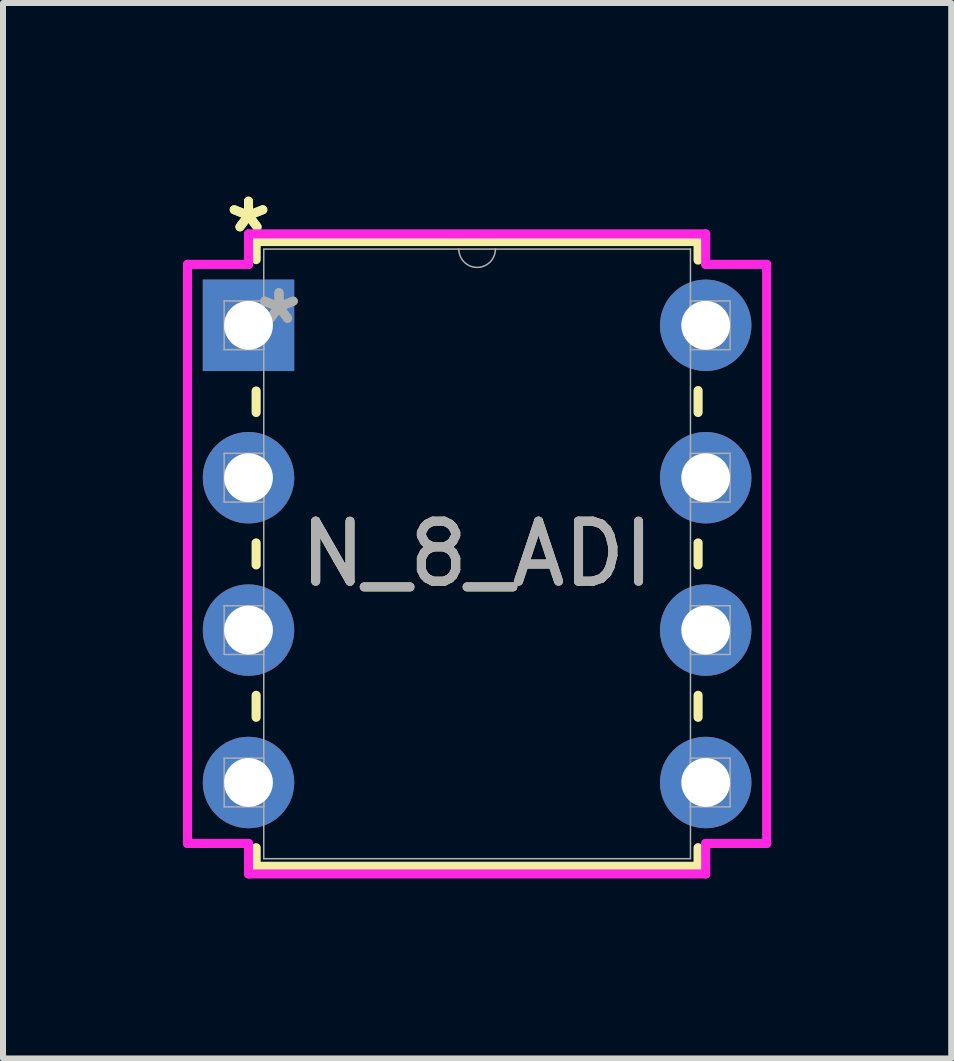
<source format=kicad_pcb>
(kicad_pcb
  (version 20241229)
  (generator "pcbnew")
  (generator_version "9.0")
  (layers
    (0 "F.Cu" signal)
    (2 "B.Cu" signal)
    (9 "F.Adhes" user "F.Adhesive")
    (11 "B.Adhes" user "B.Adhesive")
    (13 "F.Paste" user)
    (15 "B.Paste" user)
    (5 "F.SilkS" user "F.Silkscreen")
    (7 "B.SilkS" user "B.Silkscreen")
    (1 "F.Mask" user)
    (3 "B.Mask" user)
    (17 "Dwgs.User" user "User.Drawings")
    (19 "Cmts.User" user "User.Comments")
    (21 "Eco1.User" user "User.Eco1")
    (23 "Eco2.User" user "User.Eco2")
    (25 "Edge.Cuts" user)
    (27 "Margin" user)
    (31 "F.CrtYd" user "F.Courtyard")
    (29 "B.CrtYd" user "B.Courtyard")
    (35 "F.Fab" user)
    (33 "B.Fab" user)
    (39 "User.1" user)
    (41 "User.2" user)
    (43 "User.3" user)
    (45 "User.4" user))
  (footprint "N_8_ADI"
    (layer "F.Cu")
    (at 1.092 2.372)
    (property "Reference" "N_8_ADI" (at 3.81 3.81 0) (unlocked yes) (layer "F.SilkS") (effects (font (size 1 1) (thickness 0.15))))
    (attr through_hole)
    (fp_line (start 0.127 -1.397) (end 0.127 -1.095) (stroke (width 0.152) (type solid)) (layer "F.SilkS"))
    (fp_line (start 0.127 1.095) (end 0.127 1.453) (stroke (width 0.152) (type solid)) (layer "F.SilkS"))
    (fp_line (start 0.127 3.627) (end 0.127 3.993) (stroke (width 0.152) (type solid)) (layer "F.SilkS"))
    (fp_line (start 0.127 6.167) (end 0.127 6.533) (stroke (width 0.152) (type solid)) (layer "F.SilkS"))
    (fp_line (start 0.127 8.707) (end 0.127 9.017) (stroke (width 0.152) (type solid)) (layer "F.SilkS"))
    (fp_line (start 0.127 9.017) (end 7.493 9.017) (stroke (width 0.152) (type solid)) (layer "F.SilkS"))
    (fp_line (start 7.493 -1.397) (end 0.127 -1.397) (stroke (width 0.152) (type solid)) (layer "F.SilkS"))
    (fp_line (start 7.493 -1.087) (end 7.493 -1.397) (stroke (width 0.152) (type solid)) (layer "F.SilkS"))
    (fp_line (start 7.493 1.453) (end 7.493 1.087) (stroke (width 0.152) (type solid)) (layer "F.SilkS"))
    (fp_line (start 7.493 3.993) (end 7.493 3.627) (stroke (width 0.152) (type solid)) (layer "F.SilkS"))
    (fp_line (start 7.493 6.533) (end 7.493 6.167) (stroke (width 0.152) (type solid)) (layer "F.SilkS"))
    (fp_line (start 7.493 9.017) (end 7.493 8.707) (stroke (width 0.152) (type solid)) (layer "F.SilkS"))
    (fp_line (start -1.016 -1.016) (end 0 -1.016) (stroke (width 0.152) (type solid)) (layer "F.CrtYd"))
    (fp_line (start -1.016 8.636) (end -1.016 -1.016) (stroke (width 0.152) (type solid)) (layer "F.CrtYd"))
    (fp_line (start 0 -1.524) (end 7.62 -1.524) (stroke (width 0.152) (type solid)) (layer "F.CrtYd"))
    (fp_line (start 0 -1.016) (end 0 -1.524) (stroke (width 0.152) (type solid)) (layer "F.CrtYd"))
    (fp_line (start 0 8.636) (end -1.016 8.636) (stroke (width 0.152) (type solid)) (layer "F.CrtYd"))
    (fp_line (start 0 9.144) (end 0 8.636) (stroke (width 0.152) (type solid)) (layer "F.CrtYd"))
    (fp_line (start 7.62 -1.524) (end 7.62 -1.016) (stroke (width 0.152) (type solid)) (layer "F.CrtYd"))
    (fp_line (start 7.62 8.636) (end 7.62 9.144) (stroke (width 0.152) (type solid)) (layer "F.CrtYd"))
    (fp_line (start 7.62 9.144) (end 0 9.144) (stroke (width 0.152) (type solid)) (layer "F.CrtYd"))
    (fp_line (start 8.636 -1.016) (end 7.62 -1.016) (stroke (width 0.152) (type solid)) (layer "F.CrtYd"))
    (fp_line (start 8.636 -1.016) (end 8.636 8.636) (stroke (width 0.152) (type solid)) (layer "F.CrtYd"))
    (fp_line (start 8.636 8.636) (end 7.62 8.636) (stroke (width 0.152) (type solid)) (layer "F.CrtYd"))
    (fp_line (start -0.406 -0.406) (end -0.406 0.406) (stroke (width 0.025) (type solid)) (layer "F.Fab"))
    (fp_line (start -0.406 0.406) (end 0.254 0.406) (stroke (width 0.025) (type solid)) (layer "F.Fab"))
    (fp_line (start -0.406 2.134) (end -0.406 2.946) (stroke (width 0.025) (type solid)) (layer "F.Fab"))
    (fp_line (start -0.406 2.946) (end 0.254 2.946) (stroke (width 0.025) (type solid)) (layer "F.Fab"))
    (fp_line (start -0.406 4.674) (end -0.406 5.486) (stroke (width 0.025) (type solid)) (layer "F.Fab"))
    (fp_line (start -0.406 5.486) (end 0.254 5.486) (stroke (width 0.025) (type solid)) (layer "F.Fab"))
    (fp_line (start -0.406 7.214) (end -0.406 8.026) (stroke (width 0.025) (type solid)) (layer "F.Fab"))
    (fp_line (start -0.406 8.026) (end 0.254 8.026) (stroke (width 0.025) (type solid)) (layer "F.Fab"))
    (fp_line (start 0.254 -1.27) (end 0.254 8.89) (stroke (width 0.025) (type solid)) (layer "F.Fab"))
    (fp_line (start 0.254 -0.406) (end -0.406 -0.406) (stroke (width 0.025) (type solid)) (layer "F.Fab"))
    (fp_line (start 0.254 0.406) (end 0.254 -0.406) (stroke (width 0.025) (type solid)) (layer "F.Fab"))
    (fp_line (start 0.254 2.134) (end -0.406 2.134) (stroke (width 0.025) (type solid)) (layer "F.Fab"))
    (fp_line (start 0.254 2.946) (end 0.254 2.134) (stroke (width 0.025) (type solid)) (layer "F.Fab"))
    (fp_line (start 0.254 4.674) (end -0.406 4.674) (stroke (width 0.025) (type solid)) (layer "F.Fab"))
    (fp_line (start 0.254 5.486) (end 0.254 4.674) (stroke (width 0.025) (type solid)) (layer "F.Fab"))
    (fp_line (start 0.254 7.214) (end -0.406 7.214) (stroke (width 0.025) (type solid)) (layer "F.Fab"))
    (fp_line (start 0.254 8.026) (end 0.254 7.214) (stroke (width 0.025) (type solid)) (layer "F.Fab"))
    (fp_line (start 0.254 8.89) (end 7.366 8.89) (stroke (width 0.025) (type solid)) (layer "F.Fab"))
    (fp_line (start 7.366 -1.27) (end 0.254 -1.27) (stroke (width 0.025) (type solid)) (layer "F.Fab"))
    (fp_line (start 7.366 -0.406) (end 7.366 0.406) (stroke (width 0.025) (type solid)) (layer "F.Fab"))
    (fp_line (start 7.366 0.406) (end 8.026 0.406) (stroke (width 0.025) (type solid)) (layer "F.Fab"))
    (fp_line (start 7.366 2.134) (end 7.366 2.946) (stroke (width 0.025) (type solid)) (layer "F.Fab"))
    (fp_line (start 7.366 2.946) (end 8.026 2.946) (stroke (width 0.025) (type solid)) (layer "F.Fab"))
    (fp_line (start 7.366 4.674) (end 7.366 5.486) (stroke (width 0.025) (type solid)) (layer "F.Fab"))
    (fp_line (start 7.366 5.486) (end 8.026 5.486) (stroke (width 0.025) (type solid)) (layer "F.Fab"))
    (fp_line (start 7.366 7.214) (end 7.366 8.026) (stroke (width 0.025) (type solid)) (layer "F.Fab"))
    (fp_line (start 7.366 8.026) (end 8.026 8.026) (stroke (width 0.025) (type solid)) (layer "F.Fab"))
    (fp_line (start 7.366 8.89) (end 7.366 -1.27) (stroke (width 0.025) (type solid)) (layer "F.Fab"))
    (fp_line (start 8.026 -0.406) (end 7.366 -0.406) (stroke (width 0.025) (type solid)) (layer "F.Fab"))
    (fp_line (start 8.026 0.406) (end 8.026 -0.406) (stroke (width 0.025) (type solid)) (layer "F.Fab"))
    (fp_line (start 8.026 2.134) (end 7.366 2.134) (stroke (width 0.025) (type solid)) (layer "F.Fab"))
    (fp_line (start 8.026 2.946) (end 8.026 2.134) (stroke (width 0.025) (type solid)) (layer "F.Fab"))
    (fp_line (start 8.026 4.674) (end 7.366 4.674) (stroke (width 0.025) (type solid)) (layer "F.Fab"))
    (fp_line (start 8.026 5.486) (end 8.026 4.674) (stroke (width 0.025) (type solid)) (layer "F.Fab"))
    (fp_line (start 8.026 7.214) (end 7.366 7.214) (stroke (width 0.025) (type solid)) (layer "F.Fab"))
    (fp_line (start 8.026 8.026) (end 8.026 7.214) (stroke (width 0.025) (type solid)) (layer "F.Fab"))
    (fp_arc (start 4.1148 -1.27) (mid 3.81 -0.9652) (end 3.5052 -1.27) (stroke (width 0.0254) (type solid)) (layer "F.Fab"))
    (fp_text user "*" (at 0 -1.524 0) (layer "F.SilkS") (effects (font (size 1 1) (thickness 0.15))))
    (fp_text user "*" (at 0 -1.524 0) (unlocked yes) (layer "F.SilkS") (effects (font (size 1 1) (thickness 0.15))))
    (fp_text user "*" (at 0.508 0 0) (unlocked yes) (layer "F.Fab") (effects (font (size 1 1) (thickness 0.15))))
    (fp_text user "${REFERENCE}" (at 3.81 3.81 0) (unlocked yes) (layer "F.Fab") (effects (font (size 1 1) (thickness 0.15))))
    (fp_text user "*" (at 0.508 0 0) (layer "F.Fab") (effects (font (size 1 1) (thickness 0.15))))
    (pad "1" thru_hole rect (at 0 0) (size 1.524 1.524) (drill 0.813) (layers "*.Cu" "*.Mask"))
    (pad "2" thru_hole circle (at 0 2.54) (size 1.524 1.524) (drill 0.813) (layers "*.Cu" "*.Mask"))
    (pad "3" thru_hole circle (at 0 5.08) (size 1.524 1.524) (drill 0.813) (layers "*.Cu" "*.Mask"))
    (pad "4" thru_hole circle (at 0 7.62) (size 1.524 1.524) (drill 0.813) (layers "*.Cu" "*.Mask"))
    (pad "5" thru_hole circle (at 7.62 7.62) (size 1.524 1.524) (drill 0.813) (layers "*.Cu" "*.Mask"))
    (pad "6" thru_hole circle (at 7.62 5.08) (size 1.524 1.524) (drill 0.813) (layers "*.Cu" "*.Mask"))
    (pad "7" thru_hole circle (at 7.62 2.54) (size 1.524 1.524) (drill 0.813) (layers "*.Cu" "*.Mask"))
    (pad "8" thru_hole circle (at 7.62 0) (size 1.524 1.524) (drill 0.813) (layers "*.Cu" "*.Mask")))
  (gr_rect
    (start -3 -3)
    (end 12.804 14.592)
    (stroke (width 0.1) (type default))
    (fill no)
    (layer "Edge.Cuts")))
</source>
